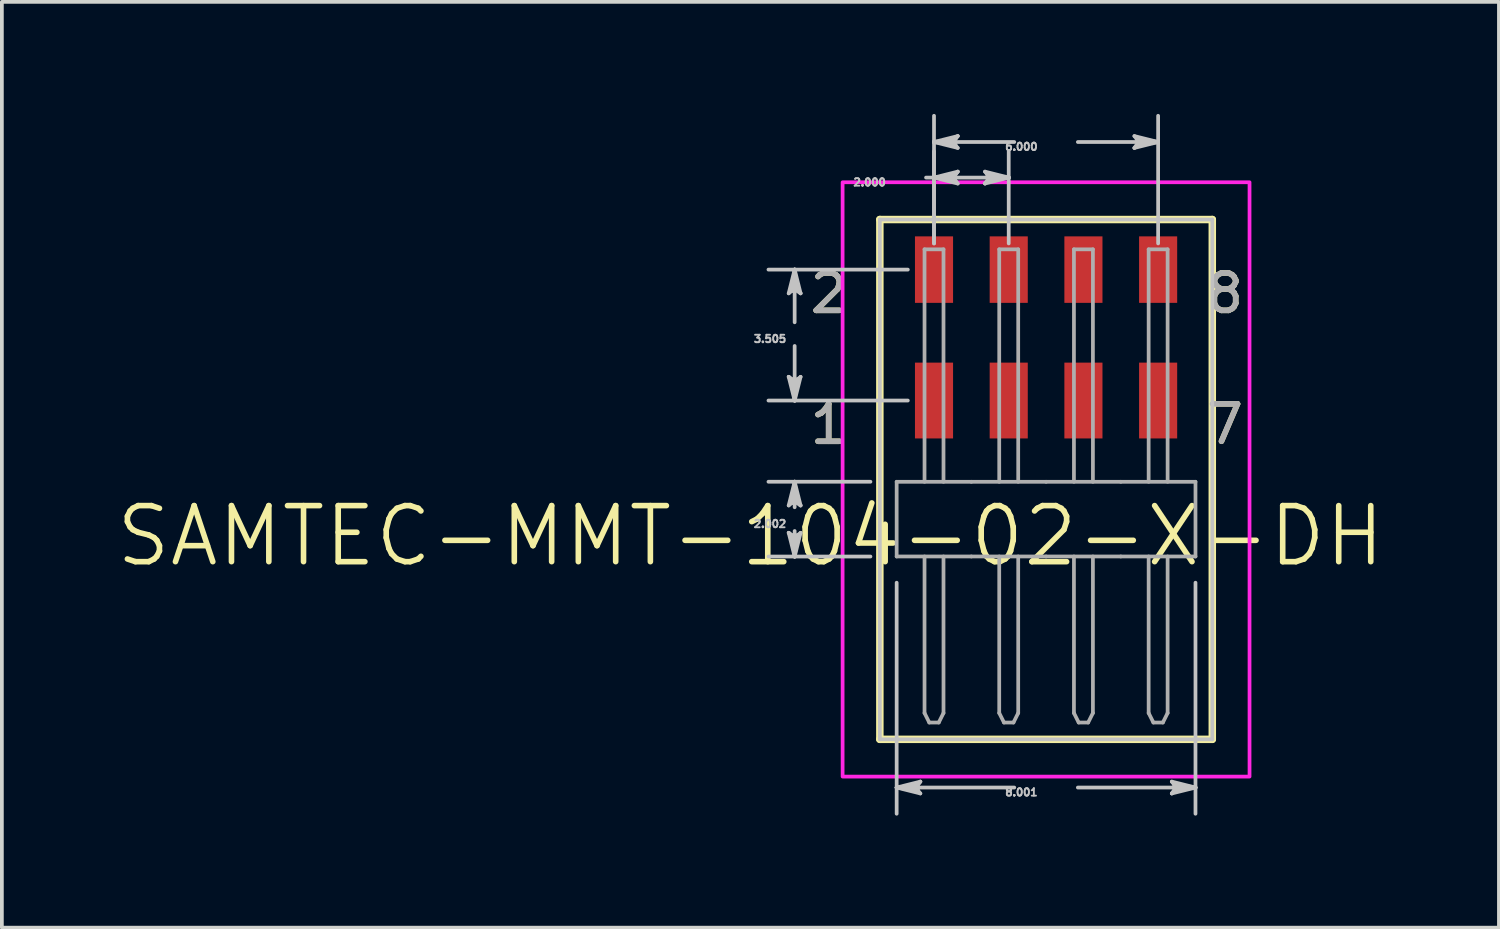
<source format=kicad_pcb>
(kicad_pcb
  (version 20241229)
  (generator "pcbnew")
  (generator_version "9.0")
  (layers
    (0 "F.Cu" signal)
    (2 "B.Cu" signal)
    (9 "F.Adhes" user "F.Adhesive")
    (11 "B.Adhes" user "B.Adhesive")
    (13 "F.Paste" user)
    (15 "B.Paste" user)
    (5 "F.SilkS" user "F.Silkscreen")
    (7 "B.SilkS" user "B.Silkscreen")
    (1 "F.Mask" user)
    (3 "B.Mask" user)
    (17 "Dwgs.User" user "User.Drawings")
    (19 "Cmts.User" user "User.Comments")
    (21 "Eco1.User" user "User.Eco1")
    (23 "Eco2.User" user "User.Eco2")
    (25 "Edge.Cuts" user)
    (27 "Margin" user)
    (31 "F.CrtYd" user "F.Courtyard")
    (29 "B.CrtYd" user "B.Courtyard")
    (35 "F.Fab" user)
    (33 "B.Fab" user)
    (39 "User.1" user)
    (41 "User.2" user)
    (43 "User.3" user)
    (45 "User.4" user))
  (footprint "SAMTEC-MMT-104-02-X-DH"
    (layer "F.Cu")
    (at 24.955 10.848)
    (property "Reference" "SAMTEC-MMT-104-02-X-DH" (at -7.915 0.452 0) (layer "F.SilkS") (effects (font (size 1.5 1.5) (thickness 0.15))))
    (attr smd)
    (fp_poly (pts (xy -3.561 -7.621) (xy -2.439 -7.621) (xy -2.439 -5.739) (xy -3.561 -5.739)) (stroke (width 0.01) (type solid)) (fill yes) (layer "F.Mask"))
    (fp_poly (pts (xy -3.561 -4.241) (xy -2.439 -4.241) (xy -2.439 -2.109) (xy -3.561 -2.109)) (stroke (width 0.01) (type solid)) (fill yes) (layer "F.Mask"))
    (fp_poly (pts (xy -1.561 -7.621) (xy -0.439 -7.621) (xy -0.439 -5.739) (xy -1.561 -5.739)) (stroke (width 0.01) (type solid)) (fill yes) (layer "F.Mask"))
    (fp_poly (pts (xy -1.561 -4.241) (xy -0.439 -4.241) (xy -0.439 -2.109) (xy -1.561 -2.109)) (stroke (width 0.01) (type solid)) (fill yes) (layer "F.Mask"))
    (fp_poly (pts (xy 0.439 -7.621) (xy 1.561 -7.621) (xy 1.561 -5.739) (xy 0.439 -5.739)) (stroke (width 0.01) (type solid)) (fill yes) (layer "F.Mask"))
    (fp_poly (pts (xy 0.439 -4.241) (xy 1.561 -4.241) (xy 1.561 -2.109) (xy 0.439 -2.109)) (stroke (width 0.01) (type solid)) (fill yes) (layer "F.Mask"))
    (fp_poly (pts (xy 2.439 -7.621) (xy 3.561 -7.621) (xy 3.561 -5.739) (xy 2.439 -5.739)) (stroke (width 0.01) (type solid)) (fill yes) (layer "F.Mask"))
    (fp_poly (pts (xy 2.439 -4.241) (xy 3.561 -4.241) (xy 3.561 -2.109) (xy 2.439 -2.109)) (stroke (width 0.01) (type solid)) (fill yes) (layer "F.Mask"))
    (fp_line (start -4.45 -8.021) (end -4.45 5.895) (stroke (width 0.2) (type solid)) (layer "F.SilkS"))
    (fp_line (start -4.45 5.895) (end 4.45 5.895) (stroke (width 0.2) (type solid)) (layer "F.SilkS"))
    (fp_line (start 4.45 -8.021) (end -4.45 -8.021) (stroke (width 0.2) (type solid)) (layer "F.SilkS"))
    (fp_line (start 4.45 5.895) (end 4.45 -8.021) (stroke (width 0.2) (type solid)) (layer "F.SilkS"))
    (fp_poly (pts (xy -3.51 -7.57) (xy -2.49 -7.57) (xy -2.49 -5.79) (xy -3.51 -5.79)) (stroke (width 0.01) (type solid)) (fill yes) (layer "F.Paste"))
    (fp_poly (pts (xy -3.51 -4.19) (xy -2.49 -4.19) (xy -2.49 -2.16) (xy -3.51 -2.16)) (stroke (width 0.01) (type solid)) (fill yes) (layer "F.Paste"))
    (fp_poly (pts (xy -1.51 -7.57) (xy -0.49 -7.57) (xy -0.49 -5.79) (xy -1.51 -5.79)) (stroke (width 0.01) (type solid)) (fill yes) (layer "F.Paste"))
    (fp_poly (pts (xy -1.51 -4.19) (xy -0.49 -4.19) (xy -0.49 -2.16) (xy -1.51 -2.16)) (stroke (width 0.01) (type solid)) (fill yes) (layer "F.Paste"))
    (fp_poly (pts (xy 0.49 -7.57) (xy 1.51 -7.57) (xy 1.51 -5.79) (xy 0.49 -5.79)) (stroke (width 0.01) (type solid)) (fill yes) (layer "F.Paste"))
    (fp_poly (pts (xy 0.49 -4.19) (xy 1.51 -4.19) (xy 1.51 -2.16) (xy 0.49 -2.16)) (stroke (width 0.01) (type solid)) (fill yes) (layer "F.Paste"))
    (fp_poly (pts (xy 2.49 -7.57) (xy 3.51 -7.57) (xy 3.51 -5.79) (xy 2.49 -5.79)) (stroke (width 0.01) (type solid)) (fill yes) (layer "F.Paste"))
    (fp_poly (pts (xy 2.49 -4.19) (xy 3.51 -4.19) (xy 3.51 -2.16) (xy 2.49 -2.16)) (stroke (width 0.01) (type solid)) (fill yes) (layer "F.Paste"))
    (fp_line (start -6.89 -6.045) (end -6.731 -6.172) (stroke (width 0.1) (type solid)) (layer "Dwgs.User"))
    (fp_line (start -6.89 -3.81) (end -6.731 -3.175) (stroke (width 0.1) (type solid)) (layer "Dwgs.User"))
    (fp_line (start -6.89 -0.366) (end -6.731 -0.493) (stroke (width 0.1) (type solid)) (layer "Dwgs.User"))
    (fp_line (start -6.89 0.366) (end -6.731 1.001) (stroke (width 0.1) (type solid)) (layer "Dwgs.User"))
    (fp_line (start -6.81 -6.109) (end -6.731 -6.172) (stroke (width 0.1) (type solid)) (layer "Dwgs.User"))
    (fp_line (start -6.81 -3.746) (end -6.89 -3.81) (stroke (width 0.1) (type solid)) (layer "Dwgs.User"))
    (fp_line (start -6.81 -0.429) (end -6.731 -0.493) (stroke (width 0.1) (type solid)) (layer "Dwgs.User"))
    (fp_line (start -6.81 0.429) (end -6.89 0.366) (stroke (width 0.1) (type solid)) (layer "Dwgs.User"))
    (fp_line (start -6.731 -6.68) (end -6.89 -6.045) (stroke (width 0.1) (type solid)) (layer "Dwgs.User"))
    (fp_line (start -6.731 -6.68) (end -6.81 -6.109) (stroke (width 0.1) (type solid)) (layer "Dwgs.User"))
    (fp_line (start -6.731 -6.68) (end -6.652 -6.109) (stroke (width 0.1) (type solid)) (layer "Dwgs.User"))
    (fp_line (start -6.731 -6.172) (end -6.731 -6.68) (stroke (width 0.1) (type solid)) (layer "Dwgs.User"))
    (fp_line (start -6.731 -6.172) (end -6.572 -6.045) (stroke (width 0.1) (type solid)) (layer "Dwgs.User"))
    (fp_line (start -6.731 -5.27) (end -6.731 -6.68) (stroke (width 0.1) (type solid)) (layer "Dwgs.User"))
    (fp_line (start -6.731 -4.636) (end -6.731 -3.175) (stroke (width 0.1) (type solid)) (layer "Dwgs.User"))
    (fp_line (start -6.731 -3.683) (end -6.89 -3.81) (stroke (width 0.1) (type solid)) (layer "Dwgs.User"))
    (fp_line (start -6.731 -3.683) (end -6.731 -3.175) (stroke (width 0.1) (type solid)) (layer "Dwgs.User"))
    (fp_line (start -6.731 -3.175) (end -6.81 -3.746) (stroke (width 0.1) (type solid)) (layer "Dwgs.User"))
    (fp_line (start -6.731 -3.175) (end -6.652 -3.746) (stroke (width 0.1) (type solid)) (layer "Dwgs.User"))
    (fp_line (start -6.731 -3.175) (end -6.572 -3.81) (stroke (width 0.1) (type solid)) (layer "Dwgs.User"))
    (fp_line (start -6.731 -1.001) (end -6.89 -0.366) (stroke (width 0.1) (type solid)) (layer "Dwgs.User"))
    (fp_line (start -6.731 -1.001) (end -6.81 -0.429) (stroke (width 0.1) (type solid)) (layer "Dwgs.User"))
    (fp_line (start -6.731 -1.001) (end -6.652 -0.429) (stroke (width 0.1) (type solid)) (layer "Dwgs.User"))
    (fp_line (start -6.731 -0.493) (end -6.731 -1.001) (stroke (width 0.1) (type solid)) (layer "Dwgs.User"))
    (fp_line (start -6.731 -0.493) (end -6.572 -0.366) (stroke (width 0.1) (type solid)) (layer "Dwgs.User"))
    (fp_line (start -6.731 -0.318) (end -6.731 -1.001) (stroke (width 0.1) (type solid)) (layer "Dwgs.User"))
    (fp_line (start -6.731 0.318) (end -6.731 1.001) (stroke (width 0.1) (type solid)) (layer "Dwgs.User"))
    (fp_line (start -6.731 0.493) (end -6.89 0.366) (stroke (width 0.1) (type solid)) (layer "Dwgs.User"))
    (fp_line (start -6.731 0.493) (end -6.731 1.001) (stroke (width 0.1) (type solid)) (layer "Dwgs.User"))
    (fp_line (start -6.731 1.001) (end -6.81 0.429) (stroke (width 0.1) (type solid)) (layer "Dwgs.User"))
    (fp_line (start -6.731 1.001) (end -6.652 0.429) (stroke (width 0.1) (type solid)) (layer "Dwgs.User"))
    (fp_line (start -6.731 1.001) (end -6.572 0.366) (stroke (width 0.1) (type solid)) (layer "Dwgs.User"))
    (fp_line (start -6.652 -6.109) (end -6.572 -6.045) (stroke (width 0.1) (type solid)) (layer "Dwgs.User"))
    (fp_line (start -6.652 -3.746) (end -6.731 -3.683) (stroke (width 0.1) (type solid)) (layer "Dwgs.User"))
    (fp_line (start -6.652 -0.429) (end -6.572 -0.366) (stroke (width 0.1) (type solid)) (layer "Dwgs.User"))
    (fp_line (start -6.652 0.429) (end -6.731 0.493) (stroke (width 0.1) (type solid)) (layer "Dwgs.User"))
    (fp_line (start -6.572 -6.045) (end -6.731 -6.68) (stroke (width 0.1) (type solid)) (layer "Dwgs.User"))
    (fp_line (start -6.572 -3.81) (end -6.731 -3.683) (stroke (width 0.1) (type solid)) (layer "Dwgs.User"))
    (fp_line (start -6.572 -0.366) (end -6.731 -1.001) (stroke (width 0.1) (type solid)) (layer "Dwgs.User"))
    (fp_line (start -6.572 0.366) (end -6.731 0.493) (stroke (width 0.1) (type solid)) (layer "Dwgs.User"))
    (fp_line (start -4.702 -1.001) (end -7.432 -1.001) (stroke (width 0.1) (type solid)) (layer "Dwgs.User"))
    (fp_line (start -4.702 1.001) (end -7.432 1.001) (stroke (width 0.1) (type solid)) (layer "Dwgs.User"))
    (fp_line (start -4.45 -8.021) (end -4.45 5.895) (stroke (width 0.1) (type solid)) (layer "Dwgs.User"))
    (fp_line (start -4.45 5.895) (end 4.45 5.895) (stroke (width 0.1) (type solid)) (layer "Dwgs.User"))
    (fp_line (start -4 1.702) (end -4 7.887) (stroke (width 0.1) (type solid)) (layer "Dwgs.User"))
    (fp_line (start -4 7.186) (end -3.429 7.106) (stroke (width 0.1) (type solid)) (layer "Dwgs.User"))
    (fp_line (start -4 7.186) (end -3.429 7.265) (stroke (width 0.1) (type solid)) (layer "Dwgs.User"))
    (fp_line (start -4 7.186) (end -3.366 7.344) (stroke (width 0.1) (type solid)) (layer "Dwgs.User"))
    (fp_line (start -3.701 -6.68) (end -7.432 -6.68) (stroke (width 0.1) (type solid)) (layer "Dwgs.User"))
    (fp_line (start -3.701 -3.175) (end -7.432 -3.175) (stroke (width 0.1) (type solid)) (layer "Dwgs.User"))
    (fp_line (start -3.492 7.186) (end -4 7.186) (stroke (width 0.1) (type solid)) (layer "Dwgs.User"))
    (fp_line (start -3.492 7.186) (end -3.366 7.027) (stroke (width 0.1) (type solid)) (layer "Dwgs.User"))
    (fp_line (start -3.429 7.106) (end -3.366 7.027) (stroke (width 0.1) (type solid)) (layer "Dwgs.User"))
    (fp_line (start -3.429 7.265) (end -3.492 7.186) (stroke (width 0.1) (type solid)) (layer "Dwgs.User"))
    (fp_line (start -3.366 7.027) (end -4 7.186) (stroke (width 0.1) (type solid)) (layer "Dwgs.User"))
    (fp_line (start -3.366 7.344) (end -3.492 7.186) (stroke (width 0.1) (type solid)) (layer "Dwgs.User"))
    (fp_line (start -3.213 -9.144) (end -3 -9.144) (stroke (width 0.1) (type solid)) (layer "Dwgs.User"))
    (fp_line (start -3 -10.096) (end -2.428 -10.176) (stroke (width 0.1) (type solid)) (layer "Dwgs.User"))
    (fp_line (start -3 -10.096) (end -2.428 -10.017) (stroke (width 0.1) (type solid)) (layer "Dwgs.User"))
    (fp_line (start -3 -10.096) (end -2.365 -9.938) (stroke (width 0.1) (type solid)) (layer "Dwgs.User"))
    (fp_line (start -3 -9.144) (end -2.428 -9.223) (stroke (width 0.1) (type solid)) (layer "Dwgs.User"))
    (fp_line (start -3 -9.144) (end -2.428 -9.065) (stroke (width 0.1) (type solid)) (layer "Dwgs.User"))
    (fp_line (start -3 -9.144) (end -2.365 -8.985) (stroke (width 0.1) (type solid)) (layer "Dwgs.User"))
    (fp_line (start -3 -9.144) (end -1 -9.144) (stroke (width 0.1) (type solid)) (layer "Dwgs.User"))
    (fp_line (start -3 -7.381) (end -3 -10.798) (stroke (width 0.1) (type solid)) (layer "Dwgs.User"))
    (fp_line (start -3 -7.381) (end -3 -9.845) (stroke (width 0.1) (type solid)) (layer "Dwgs.User"))
    (fp_line (start -2.492 -10.096) (end -3 -10.096) (stroke (width 0.1) (type solid)) (layer "Dwgs.User"))
    (fp_line (start -2.492 -10.096) (end -2.365 -10.255) (stroke (width 0.1) (type solid)) (layer "Dwgs.User"))
    (fp_line (start -2.492 -9.144) (end -3 -9.144) (stroke (width 0.1) (type solid)) (layer "Dwgs.User"))
    (fp_line (start -2.492 -9.144) (end -2.365 -9.303) (stroke (width 0.1) (type solid)) (layer "Dwgs.User"))
    (fp_line (start -2.428 -10.176) (end -2.365 -10.255) (stroke (width 0.1) (type solid)) (layer "Dwgs.User"))
    (fp_line (start -2.428 -10.017) (end -2.492 -10.096) (stroke (width 0.1) (type solid)) (layer "Dwgs.User"))
    (fp_line (start -2.428 -9.223) (end -2.365 -9.303) (stroke (width 0.1) (type solid)) (layer "Dwgs.User"))
    (fp_line (start -2.428 -9.065) (end -2.492 -9.144) (stroke (width 0.1) (type solid)) (layer "Dwgs.User"))
    (fp_line (start -2.365 -10.255) (end -3 -10.096) (stroke (width 0.1) (type solid)) (layer "Dwgs.User"))
    (fp_line (start -2.365 -9.938) (end -2.492 -10.096) (stroke (width 0.1) (type solid)) (layer "Dwgs.User"))
    (fp_line (start -2.365 -9.303) (end -3 -9.144) (stroke (width 0.1) (type solid)) (layer "Dwgs.User"))
    (fp_line (start -2.365 -8.985) (end -2.492 -9.144) (stroke (width 0.1) (type solid)) (layer "Dwgs.User"))
    (fp_line (start -1.635 -9.303) (end -1.508 -9.144) (stroke (width 0.1) (type solid)) (layer "Dwgs.User"))
    (fp_line (start -1.635 -8.985) (end -1 -9.144) (stroke (width 0.1) (type solid)) (layer "Dwgs.User"))
    (fp_line (start -1.571 -9.223) (end -1.508 -9.144) (stroke (width 0.1) (type solid)) (layer "Dwgs.User"))
    (fp_line (start -1.571 -9.065) (end -1.635 -8.985) (stroke (width 0.1) (type solid)) (layer "Dwgs.User"))
    (fp_line (start -1.508 -9.144) (end -1.635 -8.985) (stroke (width 0.1) (type solid)) (layer "Dwgs.User"))
    (fp_line (start -1.508 -9.144) (end -1 -9.144) (stroke (width 0.1) (type solid)) (layer "Dwgs.User"))
    (fp_line (start -1 -9.144) (end -1.635 -9.303) (stroke (width 0.1) (type solid)) (layer "Dwgs.User"))
    (fp_line (start -1 -9.144) (end -1.571 -9.223) (stroke (width 0.1) (type solid)) (layer "Dwgs.User"))
    (fp_line (start -1 -9.144) (end -1.571 -9.065) (stroke (width 0.1) (type solid)) (layer "Dwgs.User"))
    (fp_line (start -1 -7.381) (end -1 -9.845) (stroke (width 0.1) (type solid)) (layer "Dwgs.User"))
    (fp_line (start -0.851 -10.096) (end -3 -10.096) (stroke (width 0.1) (type solid)) (layer "Dwgs.User"))
    (fp_line (start -0.851 7.186) (end -4 7.186) (stroke (width 0.1) (type solid)) (layer "Dwgs.User"))
    (fp_line (start 0.851 -10.096) (end 3 -10.096) (stroke (width 0.1) (type solid)) (layer "Dwgs.User"))
    (fp_line (start 0.851 7.186) (end 4 7.186) (stroke (width 0.1) (type solid)) (layer "Dwgs.User"))
    (fp_line (start 2.365 -10.255) (end 2.492 -10.096) (stroke (width 0.1) (type solid)) (layer "Dwgs.User"))
    (fp_line (start 2.365 -9.938) (end 3 -10.096) (stroke (width 0.1) (type solid)) (layer "Dwgs.User"))
    (fp_line (start 2.428 -10.176) (end 2.492 -10.096) (stroke (width 0.1) (type solid)) (layer "Dwgs.User"))
    (fp_line (start 2.428 -10.017) (end 2.365 -9.938) (stroke (width 0.1) (type solid)) (layer "Dwgs.User"))
    (fp_line (start 2.492 -10.096) (end 2.365 -9.938) (stroke (width 0.1) (type solid)) (layer "Dwgs.User"))
    (fp_line (start 2.492 -10.096) (end 3 -10.096) (stroke (width 0.1) (type solid)) (layer "Dwgs.User"))
    (fp_line (start 3 -10.096) (end 2.365 -10.255) (stroke (width 0.1) (type solid)) (layer "Dwgs.User"))
    (fp_line (start 3 -10.096) (end 2.428 -10.176) (stroke (width 0.1) (type solid)) (layer "Dwgs.User"))
    (fp_line (start 3 -10.096) (end 2.428 -10.017) (stroke (width 0.1) (type solid)) (layer "Dwgs.User"))
    (fp_line (start 3 -7.381) (end 3 -10.798) (stroke (width 0.1) (type solid)) (layer "Dwgs.User"))
    (fp_line (start 3.366 7.027) (end 3.492 7.186) (stroke (width 0.1) (type solid)) (layer "Dwgs.User"))
    (fp_line (start 3.366 7.344) (end 4 7.186) (stroke (width 0.1) (type solid)) (layer "Dwgs.User"))
    (fp_line (start 3.429 7.106) (end 3.492 7.186) (stroke (width 0.1) (type solid)) (layer "Dwgs.User"))
    (fp_line (start 3.429 7.265) (end 3.366 7.344) (stroke (width 0.1) (type solid)) (layer "Dwgs.User"))
    (fp_line (start 3.492 7.186) (end 3.366 7.344) (stroke (width 0.1) (type solid)) (layer "Dwgs.User"))
    (fp_line (start 3.492 7.186) (end 4 7.186) (stroke (width 0.1) (type solid)) (layer "Dwgs.User"))
    (fp_line (start 4 1.702) (end 4 7.887) (stroke (width 0.1) (type solid)) (layer "Dwgs.User"))
    (fp_line (start 4 7.186) (end 3.366 7.027) (stroke (width 0.1) (type solid)) (layer "Dwgs.User"))
    (fp_line (start 4 7.186) (end 3.429 7.106) (stroke (width 0.1) (type solid)) (layer "Dwgs.User"))
    (fp_line (start 4 7.186) (end 3.429 7.265) (stroke (width 0.1) (type solid)) (layer "Dwgs.User"))
    (fp_line (start 4.45 -8.021) (end -4.45 -8.021) (stroke (width 0.1) (type solid)) (layer "Dwgs.User"))
    (fp_line (start 4.45 5.895) (end 4.45 -8.021) (stroke (width 0.1) (type solid)) (layer "Dwgs.User"))
    (fp_poly (pts (xy 5.447 -9.018) (xy -5.447 -9.018) (xy -5.447 6.892) (xy 5.447 6.892) (xy 5.447 -9.018)) (stroke (width 0.1) (type solid)) (fill no) (layer "F.CrtYd"))
    (fp_line (start -4 1) (end -4 -1) (stroke (width 0.1) (type solid)) (layer "F.Fab"))
    (fp_line (start -3.254 -7.223) (end -3.254 -1) (stroke (width 0.1) (type solid)) (layer "F.Fab"))
    (fp_line (start -3.254 -7.223) (end -2.746 -7.223) (stroke (width 0.1) (type solid)) (layer "F.Fab"))
    (fp_line (start -3.254 1) (end -3.254 5.191) (stroke (width 0.1) (type solid)) (layer "F.Fab"))
    (fp_line (start -3.254 5.191) (end -3.127 5.445) (stroke (width 0.1) (type solid)) (layer "F.Fab"))
    (fp_line (start -3.127 5.445) (end -2.873 5.445) (stroke (width 0.1) (type solid)) (layer "F.Fab"))
    (fp_line (start -2.873 5.445) (end -2.746 5.191) (stroke (width 0.1) (type solid)) (layer "F.Fab"))
    (fp_line (start -2.746 -1) (end -2.746 -7.223) (stroke (width 0.1) (type solid)) (layer "F.Fab"))
    (fp_line (start -2.746 5.191) (end -2.746 1) (stroke (width 0.1) (type solid)) (layer "F.Fab"))
    (fp_line (start -2 -1) (end -4 -1) (stroke (width 0.1) (type solid)) (layer "F.Fab"))
    (fp_line (start -2 1) (end -4 1) (stroke (width 0.1) (type solid)) (layer "F.Fab"))
    (fp_line (start -1.254 -7.223) (end -1.254 -1) (stroke (width 0.1) (type solid)) (layer "F.Fab"))
    (fp_line (start -1.254 -7.223) (end -0.746 -7.223) (stroke (width 0.1) (type solid)) (layer "F.Fab"))
    (fp_line (start -1.254 1) (end -1.254 5.191) (stroke (width 0.1) (type solid)) (layer "F.Fab"))
    (fp_line (start -1.254 5.191) (end -1.127 5.445) (stroke (width 0.1) (type solid)) (layer "F.Fab"))
    (fp_line (start -1.127 5.445) (end -0.873 5.445) (stroke (width 0.1) (type solid)) (layer "F.Fab"))
    (fp_line (start -0.873 5.445) (end -0.746 5.191) (stroke (width 0.1) (type solid)) (layer "F.Fab"))
    (fp_line (start -0.746 -1) (end -0.746 -7.223) (stroke (width 0.1) (type solid)) (layer "F.Fab"))
    (fp_line (start -0.746 5.191) (end -0.746 1) (stroke (width 0.1) (type solid)) (layer "F.Fab"))
    (fp_line (start 0 -1) (end -2 -1) (stroke (width 0.1) (type solid)) (layer "F.Fab"))
    (fp_line (start 0 1) (end -2 1) (stroke (width 0.1) (type solid)) (layer "F.Fab"))
    (fp_line (start 0.746 -7.223) (end 0.746 -1) (stroke (width 0.1) (type solid)) (layer "F.Fab"))
    (fp_line (start 0.746 -7.223) (end 1.254 -7.223) (stroke (width 0.1) (type solid)) (layer "F.Fab"))
    (fp_line (start 0.746 1) (end 0.746 5.191) (stroke (width 0.1) (type solid)) (layer "F.Fab"))
    (fp_line (start 0.746 5.191) (end 0.873 5.445) (stroke (width 0.1) (type solid)) (layer "F.Fab"))
    (fp_line (start 0.873 5.445) (end 1.127 5.445) (stroke (width 0.1) (type solid)) (layer "F.Fab"))
    (fp_line (start 1.127 5.445) (end 1.254 5.191) (stroke (width 0.1) (type solid)) (layer "F.Fab"))
    (fp_line (start 1.254 -1) (end 1.254 -7.223) (stroke (width 0.1) (type solid)) (layer "F.Fab"))
    (fp_line (start 1.254 5.191) (end 1.254 1) (stroke (width 0.1) (type solid)) (layer "F.Fab"))
    (fp_line (start 2 -1) (end 0 -1) (stroke (width 0.1) (type solid)) (layer "F.Fab"))
    (fp_line (start 2 1) (end 0 1) (stroke (width 0.1) (type solid)) (layer "F.Fab"))
    (fp_line (start 2.746 -7.223) (end 2.746 -1) (stroke (width 0.1) (type solid)) (layer "F.Fab"))
    (fp_line (start 2.746 -7.223) (end 3.254 -7.223) (stroke (width 0.1) (type solid)) (layer "F.Fab"))
    (fp_line (start 2.746 1) (end 2.746 5.191) (stroke (width 0.1) (type solid)) (layer "F.Fab"))
    (fp_line (start 2.746 5.191) (end 2.873 5.445) (stroke (width 0.1) (type solid)) (layer "F.Fab"))
    (fp_line (start 2.873 5.445) (end 3.127 5.445) (stroke (width 0.1) (type solid)) (layer "F.Fab"))
    (fp_line (start 3.127 5.445) (end 3.254 5.191) (stroke (width 0.1) (type solid)) (layer "F.Fab"))
    (fp_line (start 3.254 -1) (end 3.254 -7.223) (stroke (width 0.1) (type solid)) (layer "F.Fab"))
    (fp_line (start 3.254 5.191) (end 3.254 1) (stroke (width 0.1) (type solid)) (layer "F.Fab"))
    (fp_line (start 4 -1) (end 2 -1) (stroke (width 0.1) (type solid)) (layer "F.Fab"))
    (fp_line (start 4 1) (end 2 1) (stroke (width 0.1) (type solid)) (layer "F.Fab"))
    (fp_line (start 4 1) (end 4 -1) (stroke (width 0.1) (type solid)) (layer "F.Fab"))
    (fp_text user "2" (at -5.82 -6.045 0) (layer "F.SilkS") (effects (font (size 1 1) (thickness 0.15))))
    (fp_text user "1" (at -5.82 -2.54 0) (layer "F.SilkS") (effects (font (size 1 1) (thickness 0.15))))
    (fp_text user "8" (at 4.791 -6.045 0) (layer "F.SilkS") (effects (font (size 1 1) (thickness 0.15))))
    (fp_text user "7" (at 4.791 -2.54 0) (layer "F.SilkS") (effects (font (size 1 1) (thickness 0.15))))
    (fp_text user "3.505" (at -7.391 -4.826 0) (layer "Dwgs.User") (effects (font (size 0.2 0.2) (thickness 0.15))))
    (fp_text user "8.001" (at -0.66 7.313 0) (layer "Dwgs.User") (effects (font (size 0.2 0.2) (thickness 0.15))))
    (fp_text user "6.000" (at -0.66 -9.97 0) (layer "Dwgs.User") (effects (font (size 0.2 0.2) (thickness 0.15))))
    (fp_text user "2.002" (at -7.391 0.127 0) (layer "Dwgs.User") (effects (font (size 0.2 0.2) (thickness 0.15))))
    (fp_text user "2.000" (at -4.724 -9.017 0) (layer "Dwgs.User") (effects (font (size 0.2 0.2) (thickness 0.15))))
    (fp_text user "8" (at 4.791 -6.045 0) (layer "F.Fab") (effects (font (size 1 1) (thickness 0.15))))
    (fp_text user "1" (at -5.82 -2.54 0) (layer "F.Fab") (effects (font (size 1 1) (thickness 0.15))))
    (fp_text user "7" (at 4.791 -2.54 0) (layer "F.Fab") (effects (font (size 1 1) (thickness 0.15))))
    (fp_text user "2" (at -5.82 -6.045 0) (layer "F.Fab") (effects (font (size 1 1) (thickness 0.15))))
    (pad "1" smd rect (at -3 -3.175) (size 1.02 2.03) (layers "F.Cu" "F.Paste"))
    (pad "2" smd rect (at -3 -6.68) (size 1.02 1.78) (layers "F.Cu" "F.Paste"))
    (pad "3" smd rect (at -1 -3.175) (size 1.02 2.03) (layers "F.Cu" "F.Paste"))
    (pad "4" smd rect (at -1 -6.68) (size 1.02 1.78) (layers "F.Cu" "F.Paste"))
    (pad "5" smd rect (at 1 -3.175) (size 1.02 2.03) (layers "F.Cu" "F.Paste"))
    (pad "6" smd rect (at 1 -6.68) (size 1.02 1.78) (layers "F.Cu" "F.Paste"))
    (pad "7" smd rect (at 3 -3.175) (size 1.02 2.03) (layers "F.Cu" "F.Paste"))
    (pad "8" smd rect (at 3 -6.68) (size 1.02 1.78) (layers "F.Cu" "F.Paste")))
  (gr_rect
    (start -3 -3)
    (end 37.079 21.785)
    (stroke (width 0.1) (type default))
    (fill no)
    (layer "Edge.Cuts")))
</source>
